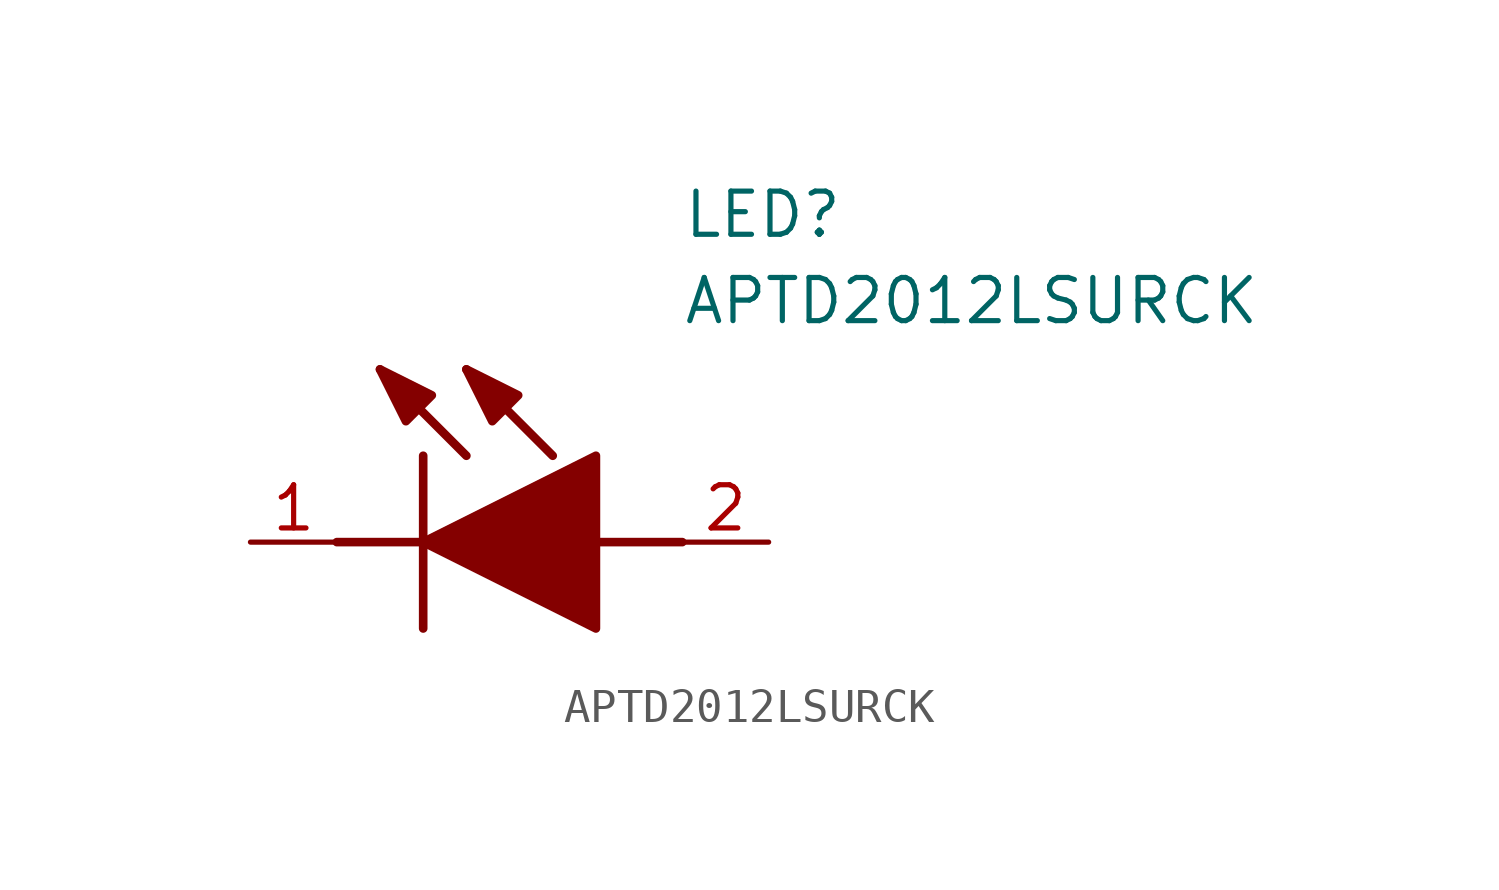
<source format=kicad_sym>
(kicad_symbol_lib
  (version 20211014)
  (generator SamacSys_ECAD_Model)
  (symbol "APTD2012LSURCK"
    (pin_names hide)
    (property "Reference" "LED"
      (at 12.7 8.89 0)
      (effects (font (size 1.27 1.27)) (justify left bottom)))
    (property "Value" "APTD2012LSURCK"
      (at 12.7 6.35 0)
      (effects (font (size 1.27 1.27)) (justify left bottom)))
    (polyline
      (pts (xy 5.08 2.54) (xy 5.08 -2.54))
      (stroke (width 0.254) (type default))
      (fill (type none)))
    (polyline
      (pts (xy 6.35 2.54) (xy 3.81 5.08))
      (stroke (width 0.254) (type default))
      (fill (type none)))
    (polyline
      (pts (xy 8.89 2.54) (xy 6.35 5.08))
      (stroke (width 0.254) (type default))
      (fill (type none)))
    (polyline
      (pts (xy 2.54 0) (xy 5.08 0))
      (stroke (width 0.254) (type default))
      (fill (type none)))
    (polyline
      (pts (xy 10.16 0) (xy 12.7 0))
      (stroke (width 0.254) (type default))
      (fill (type none)))
    (polyline
      (pts (xy 5.08 0) (xy 10.16 2.54) (xy 10.16 -2.54) (xy 5.08 0))
      (stroke (width 0.254) (type default))
      (fill (type outline)))
    (polyline
      (pts (xy 5.334 4.318) (xy 4.572 3.556) (xy 3.81 5.08) (xy 5.334 4.318))
      (stroke (width 0.254) (type default))
      (fill (type outline)))
    (polyline
      (pts (xy 7.874 4.318) (xy 7.112 3.556) (xy 6.35 5.08) (xy 7.874 4.318))
      (stroke (width 0.254) (type default))
      (fill (type outline)))
    (pin passive line
      (at 0 0 0)
      (length 2.54)
      (name "K" (effects (font (size 1.27 1.27))))
      (number "1" (effects (font (size 1.27 1.27)))))
    (pin passive line
      (at 15.24 0 180)
      (length 2.54)
      (name "A" (effects (font (size 1.27 1.27))))
      (number "2" (effects (font (size 1.27 1.27)))))))
</source>
